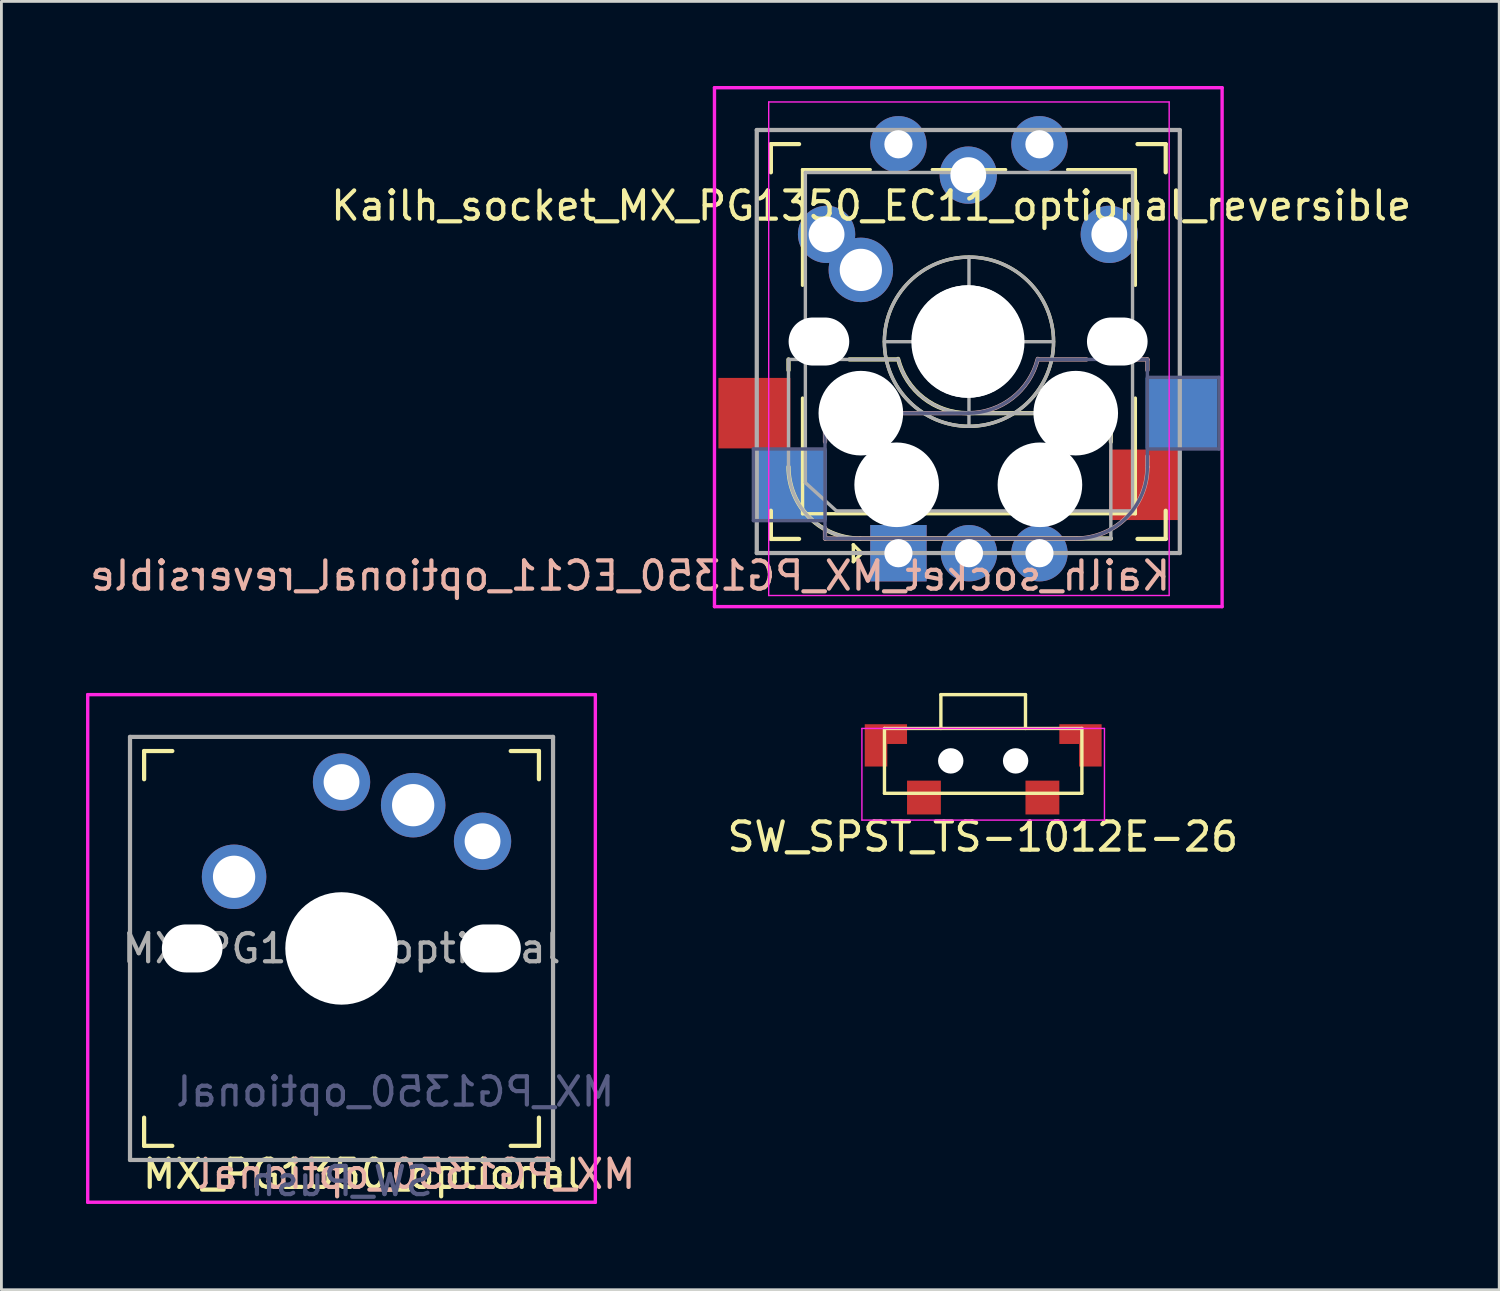
<source format=kicad_pcb>
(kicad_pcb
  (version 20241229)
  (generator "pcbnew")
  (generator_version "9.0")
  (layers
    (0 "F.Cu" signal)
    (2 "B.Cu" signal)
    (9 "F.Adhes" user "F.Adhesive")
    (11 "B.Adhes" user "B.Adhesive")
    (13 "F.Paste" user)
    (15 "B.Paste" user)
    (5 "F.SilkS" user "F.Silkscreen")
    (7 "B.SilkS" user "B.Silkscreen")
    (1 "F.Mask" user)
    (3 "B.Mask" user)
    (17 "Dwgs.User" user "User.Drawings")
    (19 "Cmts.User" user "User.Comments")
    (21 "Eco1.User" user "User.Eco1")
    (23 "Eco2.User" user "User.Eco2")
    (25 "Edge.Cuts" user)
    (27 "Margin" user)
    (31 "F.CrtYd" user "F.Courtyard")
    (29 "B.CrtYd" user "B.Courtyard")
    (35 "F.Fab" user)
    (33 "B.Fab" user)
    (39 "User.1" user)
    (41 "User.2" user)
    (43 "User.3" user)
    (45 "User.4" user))
  (footprint "MX_PG1350_optional"
    (layer "F.Cu")
    (at 9.06 30.58)
    (property "Reference" "MX_PG1350_optional" (at -7.137 8.001 180) (layer "F.SilkS") (effects (font (size 1 1) (thickness 0.15)) (justify left)))
    (property "Value" "SW_Push" (at 0 8.255 0) (layer "F.Fab") (hide yes) (effects (font (size 1 1) (thickness 0.15))))
    (attr through_hole)
    (fp_line (start -7 -6) (end -7 -7) (stroke (width 0.15) (type solid)) (layer "F.SilkS"))
    (fp_line (start -7 7) (end -7 6) (stroke (width 0.15) (type solid)) (layer "F.SilkS"))
    (fp_line (start -7 7) (end -6 7) (stroke (width 0.15) (type solid)) (layer "F.SilkS"))
    (fp_line (start -6 -7) (end -7 -7) (stroke (width 0.15) (type solid)) (layer "F.SilkS"))
    (fp_line (start 6 7) (end 7 7) (stroke (width 0.15) (type solid)) (layer "F.SilkS"))
    (fp_line (start 7 -7) (end 6 -7) (stroke (width 0.15) (type solid)) (layer "F.SilkS"))
    (fp_line (start 7 -7) (end 7 -6) (stroke (width 0.15) (type solid)) (layer "F.SilkS"))
    (fp_line (start 7 6) (end 7 7) (stroke (width 0.15) (type solid)) (layer "F.SilkS"))
    (fp_line (start -6.9 6.9) (end -6.9 -6.9) (stroke (width 0.15) (type solid)) (layer "Eco2.User"))
    (fp_line (start -6.9 6.9) (end 6.9 6.9) (stroke (width 0.15) (type solid)) (layer "Eco2.User"))
    (fp_line (start 6.9 -6.9) (end -6.9 -6.9) (stroke (width 0.15) (type solid)) (layer "Eco2.User"))
    (fp_line (start 6.9 -6.9) (end 6.9 6.9) (stroke (width 0.15) (type solid)) (layer "Eco2.User"))
    (fp_line (start -9 9) (end -9 -9) (stroke (width 0.12) (type solid)) (layer "F.CrtYd"))
    (fp_line (start 9 -9) (end -9 -9) (stroke (width 0.12) (type solid)) (layer "F.CrtYd"))
    (fp_line (start 9 9) (end -9 9) (stroke (width 0.12) (type solid)) (layer "F.CrtYd"))
    (fp_line (start 9 9) (end 9 -9) (stroke (width 0.12) (type solid)) (layer "F.CrtYd"))
    (fp_line (start -7.5 -7.5) (end 7.5 -7.5) (stroke (width 0.15) (type solid)) (layer "F.Fab"))
    (fp_line (start -7.5 7.5) (end -7.5 -7.5) (stroke (width 0.15) (type solid)) (layer "F.Fab"))
    (fp_line (start 7.5 -7.5) (end 7.5 7.5) (stroke (width 0.15) (type solid)) (layer "F.Fab"))
    (fp_line (start 7.5 7.5) (end -7.5 7.5) (stroke (width 0.15) (type solid)) (layer "F.Fab"))
    (fp_text user "${REFERENCE}" (at -5.207 8.001 180) (layer "B.SilkS") (effects (font (size 1 1) (thickness 0.15)) (justify right mirror)))
    (fp_text user "${REFERENCE}" (at 1.905 5.08 0) (layer "B.Fab") (effects (font (size 1 1) (thickness 0.15)) (justify mirror)))
    (fp_text user "${VALUE}" (at 0 8.255 0) (layer "B.Fab") (effects (font (size 1 1) (thickness 0.15)) (justify mirror)))
    (fp_text user "${REFERENCE}" (at 0 0 0) (layer "F.Fab") (effects (font (size 1 1) (thickness 0.15))))
    (pad "" np_thru_hole oval (at -5.296 0 180) (size 2.15 1.702) (drill oval 2.15 1.702) (layers "*.Cu" "*.Mask"))
    (pad "" np_thru_hole circle (at 0 0) (size 3.988 3.988) (drill 3.988) (layers "*.Cu" "*.Mask"))
    (pad "" np_thru_hole oval (at 5.283 0 180) (size 2.15 1.702) (drill oval 2.15 1.702) (layers "*.Cu" "*.Mask"))
    (pad "1" thru_hole circle (at -3.81 -2.54) (size 2.286 2.286) (drill 1.499) (layers "*.Cu" "*.Mask"))
    (pad "1" thru_hole circle (at 5 -3.8 180) (size 2.032 2.032) (drill 1.27) (layers "*.Cu" "*.Mask"))
    (pad "2" thru_hole circle (at 0 -5.9) (size 2.032 2.032) (drill 1.27) (layers "*.Cu" "*.Mask"))
    (pad "2" thru_hole circle (at 2.54 -5.08) (size 2.286 2.286) (drill 1.499) (layers "*.Cu" "*.Mask")))
  (footprint "SW_SPST_TS-1012E-26"
    (layer "F.Cu")
    (at 31.812 23.93)
    (property "Reference" "SW_SPST_TS-1012E-26" (at -0.013 2.692 0) (layer "F.SilkS") (effects (font (size 1 1) (thickness 0.15))))
    (attr smd)
    (fp_line (start -3.5 -1.15) (end -3.5 1.15) (stroke (width 0.12) (type solid)) (layer "F.SilkS"))
    (fp_line (start -3.5 -1.15) (end 3.5 -1.15) (stroke (width 0.12) (type solid)) (layer "F.SilkS"))
    (fp_line (start -3.5 1.15) (end 3.5 1.15) (stroke (width 0.12) (type solid)) (layer "F.SilkS"))
    (fp_line (start -1.5 -2.35) (end -1.5 -1.15) (stroke (width 0.12) (type solid)) (layer "F.SilkS"))
    (fp_line (start -1.5 -2.35) (end 1.5 -2.35) (stroke (width 0.12) (type solid)) (layer "F.SilkS"))
    (fp_line (start 1.5 -2.35) (end 1.5 -1.15) (stroke (width 0.12) (type solid)) (layer "F.SilkS"))
    (fp_line (start 3.5 -1.15) (end 3.5 1.15) (stroke (width 0.12) (type solid)) (layer "F.SilkS"))
    (fp_line (start -4.3 -1.15) (end 4.3 -1.15) (stroke (width 0.05) (type solid)) (layer "F.CrtYd"))
    (fp_line (start -4.3 2.1) (end -4.3 -1.15) (stroke (width 0.05) (type solid)) (layer "F.CrtYd"))
    (fp_line (start 4.3 -1.15) (end 4.3 2.1) (stroke (width 0.05) (type solid)) (layer "F.CrtYd"))
    (fp_line (start 4.3 2.1) (end -4.3 2.1) (stroke (width 0.05) (type solid)) (layer "F.CrtYd"))
    (pad "" np_thru_hole circle (at -1.15 0) (size 0.9 0.9) (drill 0.9) (layers "*.Cu" "*.Mask"))
    (pad "" np_thru_hole circle (at 1.15 0) (size 0.9 0.9) (drill 0.9) (layers "*.Cu" "*.Mask"))
    (pad "1" smd rect (at -2.1 1.3) (size 1.2 1.2) (layers "F.Cu" "F.Mask" "F.Paste"))
    (pad "2" smd rect (at 2.1 1.3) (size 1.2 1.2) (layers "F.Cu" "F.Mask" "F.Paste"))
    (pad "3" smd custom (at -3.45 -0.55) (size 0.1 0.1) (layers "F.Cu" "F.Mask" "F.Paste") (options (anchor rect)) (primitives (gr_poly (pts (xy 0.75 -0.75) (xy -0.75 -0.75) (xy -0.75 0.75) (xy 0.05 0.75) (xy 0.05 -0.05) (xy 0.75 -0.05)) (width 0) (fill yes))))
    (pad "3" smd custom (at 3.45 -0.55) (size 0.1 0.1) (layers "F.Cu" "F.Mask" "F.Paste") (options (anchor rect)) (primitives (gr_poly (pts (xy -0.75 -0.75) (xy 0.75 -0.75) (xy 0.75 0.75) (xy -0.05 0.75) (xy -0.05 -0.05) (xy -0.75 -0.05)) (width 0) (fill yes)))))
  (footprint "Kailh_socket_MX_PG1350_EC11_optional_reversible"
    (layer "F.Cu")
    (at 31.284 9.06)
    (property "Reference" "Kailh_socket_MX_PG1350_EC11_optional_reversible" (at -3.442 -4.813 180) (layer "F.SilkS") (effects (font (size 1 1) (thickness 0.15))))
    (attr through_hole)
    (fp_line (start -7 -6) (end -7 -7) (stroke (width 0.15) (type solid)) (layer "F.SilkS"))
    (fp_line (start -7 7) (end -7 6) (stroke (width 0.15) (type solid)) (layer "F.SilkS"))
    (fp_line (start -7 7) (end -6 7) (stroke (width 0.15) (type solid)) (layer "F.SilkS"))
    (fp_line (start -6.375 1.016) (end -6.375 0.635) (stroke (width 0.15) (type solid)) (layer "F.SilkS"))
    (fp_line (start -6 -7) (end -7 -7) (stroke (width 0.15) (type solid)) (layer "F.SilkS"))
    (fp_line (start -5.877 -6.094) (end -3.477 -6.094) (stroke (width 0.12) (type solid)) (layer "F.SilkS"))
    (fp_line (start -5.877 -1.994) (end -5.877 -6.094) (stroke (width 0.12) (type solid)) (layer "F.SilkS"))
    (fp_line (start -5.877 2.006) (end -5.877 6.106) (stroke (width 0.12) (type solid)) (layer "F.SilkS"))
    (fp_line (start -5.877 6.106) (end 5.923 6.106) (stroke (width 0.12) (type solid)) (layer "F.SilkS"))
    (fp_line (start -4.216 0.635) (end -2.565 0.635) (stroke (width 0.15) (type solid)) (layer "F.SilkS"))
    (fp_line (start -4.077 7.206) (end -3.776 7.506) (stroke (width 0.12) (type solid)) (layer "F.SilkS"))
    (fp_line (start -4.077 7.806) (end -4.077 7.206) (stroke (width 0.12) (type solid)) (layer "F.SilkS"))
    (fp_line (start -3.776 7.506) (end -4.077 7.806) (stroke (width 0.12) (type solid)) (layer "F.SilkS"))
    (fp_line (start -1.276 -6.094) (end 1.323 -6.094) (stroke (width 0.12) (type solid)) (layer "F.SilkS"))
    (fp_line (start -0.025 2.54) (end 5.055 2.54) (stroke (width 0.15) (type solid)) (layer "F.SilkS"))
    (fp_line (start 3.523 -6.094) (end 5.923 -6.094) (stroke (width 0.12) (type solid)) (layer "F.SilkS"))
    (fp_line (start 5.055 2.54) (end 5.055 3.556) (stroke (width 0.15) (type solid)) (layer "F.SilkS"))
    (fp_line (start 5.055 6.985) (end -3.835 6.985) (stroke (width 0.15) (type solid)) (layer "F.SilkS"))
    (fp_line (start 5.923 -6.094) (end 5.923 -1.994) (stroke (width 0.12) (type solid)) (layer "F.SilkS"))
    (fp_line (start 5.923 2.006) (end 5.923 6.106) (stroke (width 0.12) (type solid)) (layer "F.SilkS"))
    (fp_line (start 6 7) (end 7 7) (stroke (width 0.15) (type solid)) (layer "F.SilkS"))
    (fp_line (start 7 -7) (end 6 -7) (stroke (width 0.15) (type solid)) (layer "F.SilkS"))
    (fp_line (start 7 -7) (end 7 -6) (stroke (width 0.15) (type solid)) (layer "F.SilkS"))
    (fp_line (start 7 6) (end 7 7) (stroke (width 0.15) (type solid)) (layer "F.SilkS"))
    (fp_arc (start -3.8354 6.985) (mid -5.631451 6.241051) (end -6.3754 4.445) (stroke (width 0.15) (type solid)) (layer "F.SilkS"))
    (fp_arc (start -0.0254 2.54) (mid -1.588547 2.002042) (end -2.489562 0.61604) (stroke (width 0.15) (type solid)) (layer "F.SilkS"))
    (fp_circle (center 0.024 0.006) (end 0.024 -2.994) (stroke (width 0.12) (type solid)) (fill no) (layer "F.SilkS"))
    (fp_line (start -5.08 2.54) (end -5.08 3.556) (stroke (width 0.15) (type solid)) (layer "B.SilkS"))
    (fp_line (start -5.08 6.604) (end -5.08 6.985) (stroke (width 0.15) (type solid)) (layer "B.SilkS"))
    (fp_line (start -5.08 6.985) (end 3.81 6.985) (stroke (width 0.15) (type solid)) (layer "B.SilkS"))
    (fp_line (start 0 2.54) (end -5.08 2.54) (stroke (width 0.15) (type solid)) (layer "B.SilkS"))
    (fp_line (start 4.191 0.635) (end 2.54 0.635) (stroke (width 0.15) (type solid)) (layer "B.SilkS"))
    (fp_line (start 6.35 0.635) (end 5.969 0.635) (stroke (width 0.15) (type solid)) (layer "B.SilkS"))
    (fp_line (start 6.35 1.016) (end 6.35 0.635) (stroke (width 0.15) (type solid)) (layer "B.SilkS"))
    (fp_line (start 6.35 4.445) (end 6.35 4.064) (stroke (width 0.15) (type solid)) (layer "B.SilkS"))
    (fp_arc (start 2.464162 0.61604) (mid 1.563147 2.002042) (end 0 2.54) (stroke (width 0.15) (type solid)) (layer "B.SilkS"))
    (fp_arc (start 6.35 4.445) (mid 5.606051 6.241051) (end 3.81 6.985) (stroke (width 0.15) (type solid)) (layer "B.SilkS"))
    (fp_line (start -6.9 6.9) (end -6.9 -6.9) (stroke (width 0.15) (type solid)) (layer "Eco2.User"))
    (fp_line (start -6.9 6.9) (end 6.9 6.9) (stroke (width 0.15) (type solid)) (layer "Eco2.User"))
    (fp_line (start 6.9 -6.9) (end -6.9 -6.9) (stroke (width 0.15) (type solid)) (layer "Eco2.User"))
    (fp_line (start 6.9 -6.9) (end 6.9 6.9) (stroke (width 0.15) (type solid)) (layer "Eco2.User"))
    (fp_line (start -9 -9) (end 9 -9) (stroke (width 0.12) (type solid)) (layer "F.CrtYd"))
    (fp_line (start -9 9.4) (end -9 -9) (stroke (width 0.12) (type solid)) (layer "F.CrtYd"))
    (fp_line (start -9 9.4) (end 9 9.4) (stroke (width 0.12) (type solid)) (layer "F.CrtYd"))
    (fp_line (start -7.077 9.006) (end -7.077 -8.494) (stroke (width 0.05) (type solid)) (layer "F.CrtYd"))
    (fp_line (start -7.077 9.006) (end 7.123 9.006) (stroke (width 0.05) (type solid)) (layer "F.CrtYd"))
    (fp_line (start 7.123 -8.494) (end -7.077 -8.494) (stroke (width 0.05) (type solid)) (layer "F.CrtYd"))
    (fp_line (start 7.123 -8.494) (end 7.123 9.006) (stroke (width 0.05) (type solid)) (layer "F.CrtYd"))
    (fp_line (start 9 9.4) (end 9 -9) (stroke (width 0.12) (type solid)) (layer "F.CrtYd"))
    (fp_line (start -7.62 3.81) (end -7.62 6.35) (stroke (width 0.12) (type solid)) (layer "B.Fab"))
    (fp_line (start -7.62 6.35) (end -5.08 6.35) (stroke (width 0.12) (type solid)) (layer "B.Fab"))
    (fp_line (start -5.08 2.54) (end -5.08 6.985) (stroke (width 0.12) (type solid)) (layer "B.Fab"))
    (fp_line (start -5.08 3.81) (end -7.62 3.81) (stroke (width 0.12) (type solid)) (layer "B.Fab"))
    (fp_line (start -5.08 6.985) (end 3.81 6.985) (stroke (width 0.12) (type solid)) (layer "B.Fab"))
    (fp_line (start 0 2.54) (end -5.08 2.54) (stroke (width 0.12) (type solid)) (layer "B.Fab"))
    (fp_line (start 6.35 0.635) (end 2.54 0.635) (stroke (width 0.12) (type solid)) (layer "B.Fab"))
    (fp_line (start 6.35 3.81) (end 8.89 3.81) (stroke (width 0.12) (type solid)) (layer "B.Fab"))
    (fp_line (start 6.35 4.445) (end 6.35 0.635) (stroke (width 0.12) (type solid)) (layer "B.Fab"))
    (fp_line (start 8.89 1.27) (end 6.35 1.27) (stroke (width 0.12) (type solid)) (layer "B.Fab"))
    (fp_line (start 8.89 3.81) (end 8.89 1.27) (stroke (width 0.12) (type solid)) (layer "B.Fab"))
    (fp_arc (start 2.464162 0.61604) (mid 1.563147 2.002042) (end 0 2.54) (stroke (width 0.12) (type solid)) (layer "B.Fab"))
    (fp_arc (start 6.35 4.445) (mid 5.606051 6.241051) (end 3.81 6.985) (stroke (width 0.12) (type solid)) (layer "B.Fab"))
    (fp_line (start -7.5 -7.5) (end 7.5 -7.5) (stroke (width 0.15) (type solid)) (layer "F.Fab"))
    (fp_line (start -7.5 7.5) (end -7.5 -7.5) (stroke (width 0.15) (type solid)) (layer "F.Fab"))
    (fp_line (start -6.375 0.635) (end -2.565 0.635) (stroke (width 0.12) (type solid)) (layer "F.Fab"))
    (fp_line (start -6.375 4.445) (end -6.375 0.635) (stroke (width 0.12) (type solid)) (layer "F.Fab"))
    (fp_line (start -5.777 -5.994) (end 5.824 -5.994) (stroke (width 0.12) (type solid)) (layer "F.Fab"))
    (fp_line (start -5.777 5.006) (end -5.777 -5.994) (stroke (width 0.12) (type solid)) (layer "F.Fab"))
    (fp_line (start -4.676 6.006) (end -5.777 5.006) (stroke (width 0.12) (type solid)) (layer "F.Fab"))
    (fp_line (start -2.977 0.006) (end 3.023 0.006) (stroke (width 0.12) (type solid)) (layer "F.Fab"))
    (fp_line (start -0.025 2.54) (end 5.055 2.54) (stroke (width 0.12) (type solid)) (layer "F.Fab"))
    (fp_line (start 0.024 3.006) (end 0.024 -2.994) (stroke (width 0.12) (type solid)) (layer "F.Fab"))
    (fp_line (start 5.055 2.54) (end 5.055 6.985) (stroke (width 0.12) (type solid)) (layer "F.Fab"))
    (fp_line (start 5.055 6.985) (end -3.835 6.985) (stroke (width 0.12) (type solid)) (layer "F.Fab"))
    (fp_line (start 5.824 -5.994) (end 5.824 6.006) (stroke (width 0.12) (type solid)) (layer "F.Fab"))
    (fp_line (start 5.824 6.006) (end -4.676 6.006) (stroke (width 0.12) (type solid)) (layer "F.Fab"))
    (fp_line (start 7.5 -7.5) (end 7.5 7.5) (stroke (width 0.15) (type solid)) (layer "F.Fab"))
    (fp_line (start 7.5 7.5) (end -7.5 7.5) (stroke (width 0.15) (type solid)) (layer "F.Fab"))
    (fp_arc (start -3.8354 6.985) (mid -5.631451 6.241051) (end -6.3754 4.445) (stroke (width 0.12) (type solid)) (layer "F.Fab"))
    (fp_arc (start -0.0254 2.54) (mid -1.588547 2.002042) (end -2.489562 0.61604) (stroke (width 0.12) (type solid)) (layer "F.Fab"))
    (fp_circle (center 0.024 0.006) (end 0.024 -2.994) (stroke (width 0.12) (type solid)) (fill no) (layer "F.Fab"))
    (fp_text user "${REFERENCE}" (at 7.252 8.306 0) (layer "B.SilkS") (effects (font (size 1 1) (thickness 0.15)) (justify left mirror)))
    (pad "" np_thru_hole oval (at -5.296 0 180) (size 2.15 1.702) (drill oval 2.15 1.702) (layers "*.Cu" "*.Mask"))
    (pad "" np_thru_hole circle (at -3.81 2.54 27) (size 3 3) (drill 3) (layers "*.Cu" "*.Mask"))
    (pad "" np_thru_hole circle (at -2.54 5.08 27) (size 3 3) (drill 3) (layers "*.Cu" "*.Mask"))
    (pad "" np_thru_hole circle (at -0.025 0 180) (size 3.988 3.988) (drill 3.988) (layers "*.Cu" "*.Mask"))
    (pad "" np_thru_hole circle (at 0 0) (size 3.988 3.988) (drill 3.988) (layers "*.Cu" "*.Mask"))
    (pad "" np_thru_hole circle (at 2.54 5.08 27) (size 3 3) (drill 3) (layers "*.Cu" "*.Mask"))
    (pad "" np_thru_hole circle (at 3.81 2.54 27) (size 3 3) (drill 3) (layers "*.Cu" "*.Mask"))
    (pad "" np_thru_hole oval (at 5.283 0 180) (size 2.15 1.702) (drill oval 2.15 1.702) (layers "*.Cu" "*.Mask"))
    (pad "1" thru_hole circle (at -3.81 -2.54) (size 2.286 2.286) (drill 1.499) (layers "*.Cu" "*.Mask"))
    (pad "A" thru_hole rect (at -2.477 7.506 90) (size 2 2) (drill 1) (layers "*.Cu" "*.Mask"))
    (pad "B" thru_hole circle (at 2.523 7.506 90) (size 2 2) (drill 1) (layers "*.Cu" "*.Mask"))
    (pad "C" thru_hole circle (at 0.024 7.506 90) (size 2 2) (drill 1) (layers "*.Cu" "*.Mask"))
    (pad "S1" thru_hole circle (at -5.025 -3.8) (size 2.032 2.032) (drill 1.27) (layers "*.Cu" "*.Mask"))
    (pad "S1" thru_hole circle (at 2.523 -6.994 90) (size 2 2) (drill 1) (layers "*.Cu" "*.Mask"))
    (pad "S1" thru_hole circle (at 5 -3.8 180) (size 2.032 2.032) (drill 1.27) (layers "*.Cu" "*.Mask"))
    (pad "S1" smd rect (at 6.265 5.08 180) (size 2.55 2.5) (layers "F.Cu" "F.Mask" "F.Paste"))
    (pad "S1" smd rect (at 7.56 2.54) (size 2.55 2.5) (layers "B.Cu" "B.Mask" "B.Paste"))
    (pad "S2" smd rect (at -7.585 2.54 180) (size 2.55 2.5) (layers "F.Cu" "F.Mask" "F.Paste"))
    (pad "S2" smd rect (at -6.29 5.08) (size 2.55 2.5) (layers "B.Cu" "B.Mask" "B.Paste"))
    (pad "S2" thru_hole circle (at -2.477 -6.994 90) (size 2 2) (drill 1) (layers "*.Cu" "*.Mask"))
    (pad "S2" thru_hole circle (at 0 -5.9 180) (size 2.032 2.032) (drill 1.27) (layers "*.Cu" "*.Mask")))
  (gr_rect
    (start -3 -3)
    (end 50.11 42.683)
    (stroke (width 0.1) (type default))
    (fill no)
    (layer "Edge.Cuts")))
</source>
